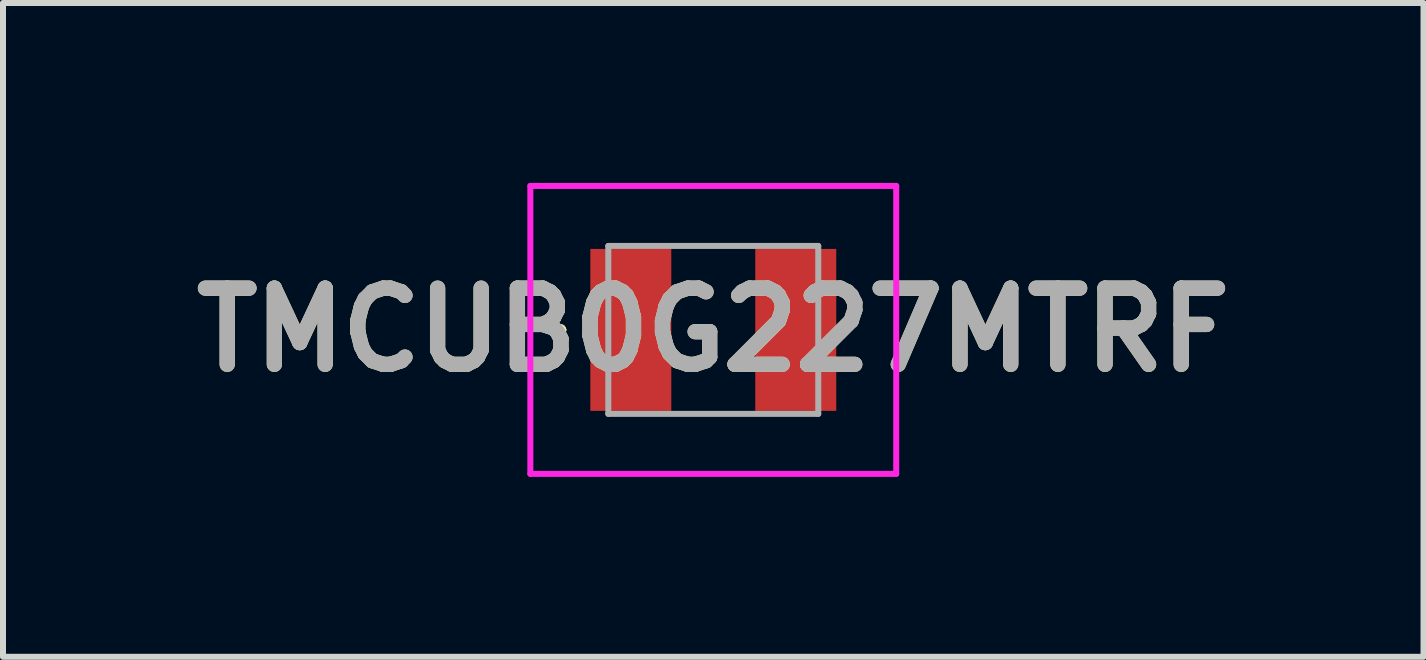
<source format=kicad_pcb>
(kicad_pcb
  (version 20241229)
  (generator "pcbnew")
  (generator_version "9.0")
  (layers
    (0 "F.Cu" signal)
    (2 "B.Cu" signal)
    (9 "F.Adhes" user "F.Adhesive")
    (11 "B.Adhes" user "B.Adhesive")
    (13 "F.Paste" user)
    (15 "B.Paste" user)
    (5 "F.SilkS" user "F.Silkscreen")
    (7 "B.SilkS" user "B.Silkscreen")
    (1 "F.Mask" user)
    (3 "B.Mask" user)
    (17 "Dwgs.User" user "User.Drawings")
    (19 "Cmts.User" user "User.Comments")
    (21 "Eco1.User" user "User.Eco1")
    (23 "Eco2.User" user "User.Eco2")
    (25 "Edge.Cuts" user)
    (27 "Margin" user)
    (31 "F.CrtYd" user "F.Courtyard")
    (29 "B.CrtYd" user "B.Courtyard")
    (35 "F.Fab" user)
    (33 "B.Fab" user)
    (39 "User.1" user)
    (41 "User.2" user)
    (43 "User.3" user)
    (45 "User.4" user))
  (footprint "TMCUB0G227MTRF"
    (layer "F.Cu")
    (at 8.842 2.45)
    (property "Reference" "TMCUB0G227MTRF" (at 0 0 0) (layer "F.SilkS") (effects (font (size 1.27 1.27) (thickness 0.254))))
    (attr smd)
    (fp_line (start -2.6 0) (end -2.6 0) (stroke (width 0.1) (type solid)) (layer "F.SilkS"))
    (fp_line (start -2.5 0) (end -2.5 0) (stroke (width 0.1) (type solid)) (layer "F.SilkS"))
    (fp_arc (start -2.6 0) (mid -2.55 -0.05) (end -2.5 0) (stroke (width 0.1) (type solid)) (layer "F.SilkS"))
    (fp_arc (start -2.5 0) (mid -2.55 0.05) (end -2.6 0) (stroke (width 0.1) (type solid)) (layer "F.SilkS"))
    (fp_line (start -3.05 -2.4) (end 3.05 -2.4) (stroke (width 0.1) (type solid)) (layer "F.CrtYd"))
    (fp_line (start -3.05 2.4) (end -3.05 -2.4) (stroke (width 0.1) (type solid)) (layer "F.CrtYd"))
    (fp_line (start 3.05 -2.4) (end 3.05 2.4) (stroke (width 0.1) (type solid)) (layer "F.CrtYd"))
    (fp_line (start 3.05 2.4) (end -3.05 2.4) (stroke (width 0.1) (type solid)) (layer "F.CrtYd"))
    (fp_line (start -1.75 -1.4) (end -1.75 1.4) (stroke (width 0.1) (type solid)) (layer "F.Fab"))
    (fp_line (start -1.75 1.4) (end 1.75 1.4) (stroke (width 0.1) (type solid)) (layer "F.Fab"))
    (fp_line (start 1.75 -1.4) (end -1.75 -1.4) (stroke (width 0.1) (type solid)) (layer "F.Fab"))
    (fp_line (start 1.75 1.4) (end 1.75 -1.4) (stroke (width 0.1) (type solid)) (layer "F.Fab"))
    (fp_text user "${REFERENCE}" (at 0 0 0) (layer "F.Fab") (effects (font (size 1.27 1.27) (thickness 0.254))))
    (pad "1" smd rect (at -1.375 0) (size 1.35 2.7) (layers "F.Cu" "F.Mask" "F.Paste"))
    (pad "2" smd rect (at 1.375 0) (size 1.35 2.7) (layers "F.Cu" "F.Mask" "F.Paste")))
  (gr_rect
    (start -3 -3)
    (end 20.683 7.9)
    (stroke (width 0.1) (type default))
    (fill no)
    (layer "Edge.Cuts")))
</source>
